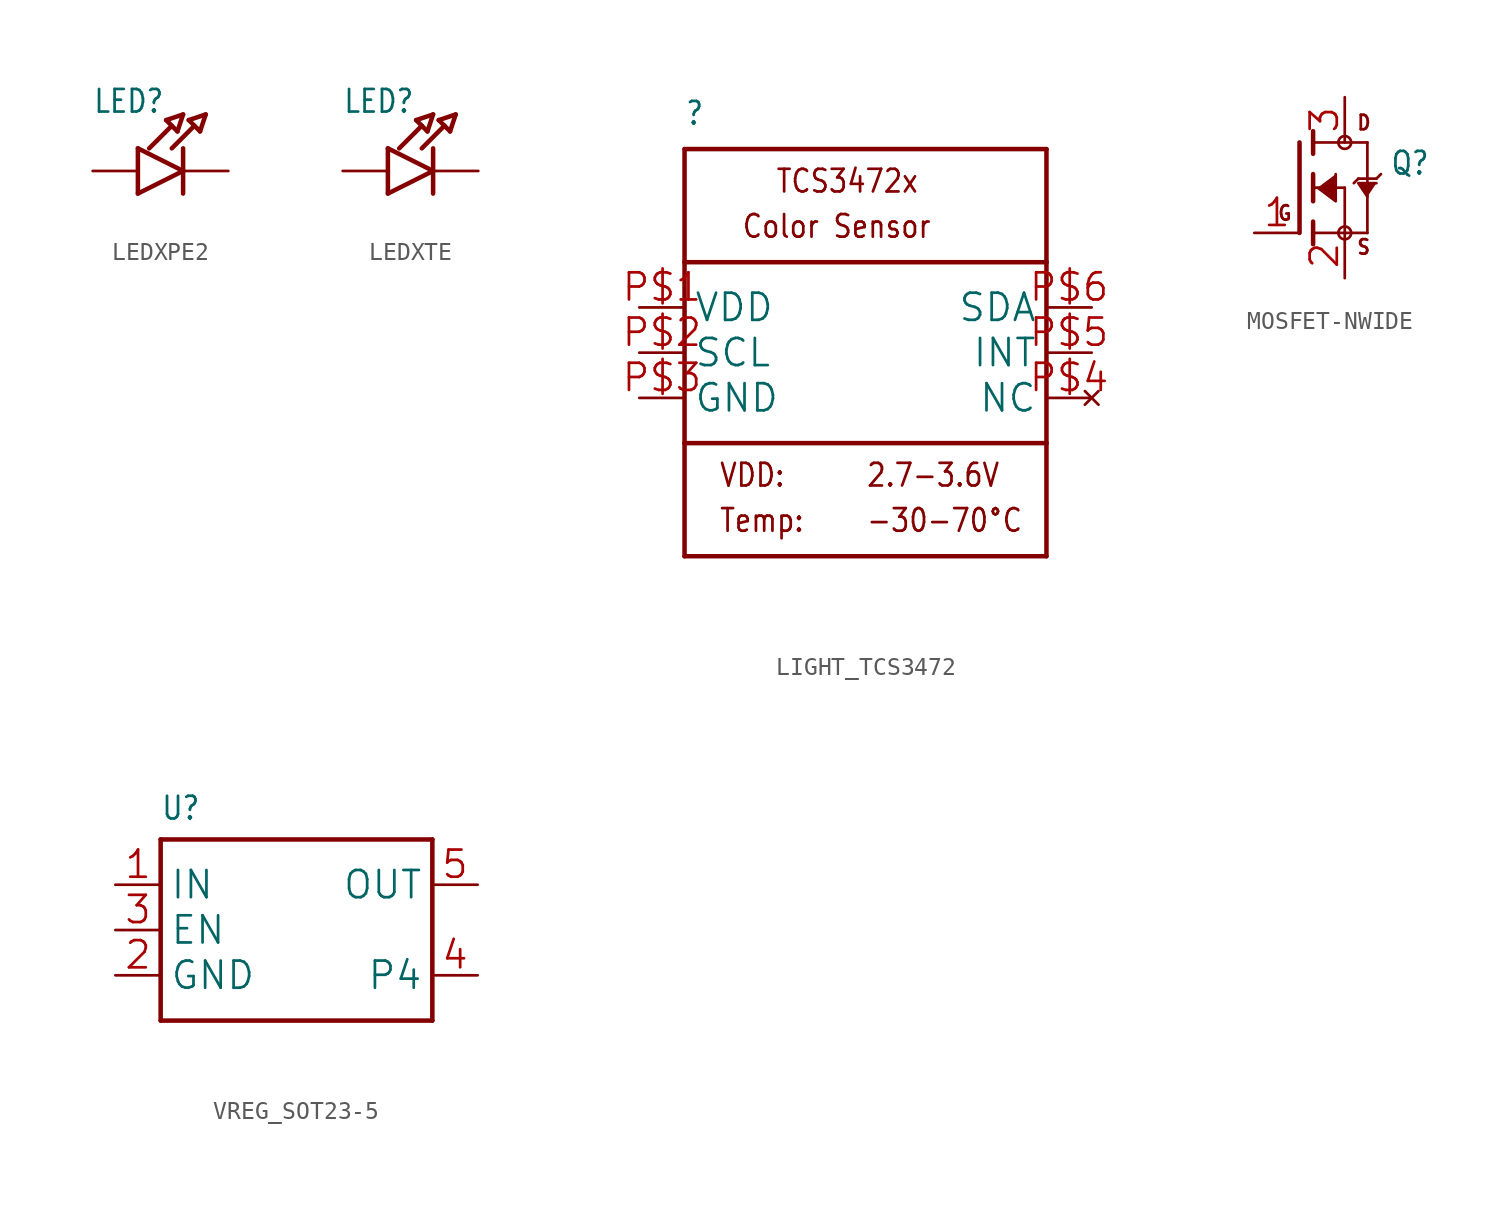
<source format=kicad_sym>
(kicad_symbol_lib
  (version 20241209)
  (generator "kicad_symbol_editor")
  (generator_version "9.0")
  (symbol "LEDXPE2"
    (property "Reference" "LED"
      (at -5.08 3.175 0)
      (effects (font (size 1.27 1.079)) (justify left bottom)))
    (property "Value" ""
      (at -5.08 -2.794 0)
      (effects (font (size 1.27 1.079)) (justify left bottom)))
    (property "ki_locked" ""
      (at 0 0 0)
      (effects (font (size 1.27 1.27))))
    (symbol "LEDXPE2_1_0"
      (polyline (pts (xy -2.54 1.27) (xy -2.54 -1.27)) (stroke (width 0.254) (type solid)) (fill (type none)))
      (polyline (pts (xy -2.54 -1.27) (xy 0 0)) (stroke (width 0.254) (type solid)) (fill (type none)))
      (polyline (pts (xy -1.905 1.27) (xy -0.635 2.54)) (stroke (width 0.254) (type solid)) (fill (type none)))
      (polyline (pts (xy -0.953 2.857) (xy -0.318 2.223)) (stroke (width 0.254) (type solid)) (fill (type none)))
      (polyline (pts (xy -0.635 1.27) (xy 0.635 2.54)) (stroke (width 0.254) (type solid)) (fill (type none)))
      (polyline (pts (xy -0.318 2.223) (xy 0 3.175)) (stroke (width 0.254) (type solid)) (fill (type none)))
      (polyline (pts (xy 0 3.175) (xy -0.953 2.857)) (stroke (width 0.254) (type solid)) (fill (type none)))
      (polyline (pts (xy 0 1.27) (xy 0 0)) (stroke (width 0.254) (type solid)) (fill (type none)))
      (polyline (pts (xy 0 0) (xy -2.54 1.27)) (stroke (width 0.254) (type solid)) (fill (type none)))
      (polyline (pts (xy 0 0) (xy 0 -1.27)) (stroke (width 0.254) (type solid)) (fill (type none)))
      (polyline (pts (xy 0.318 2.857) (xy 0.953 2.223)) (stroke (width 0.254) (type solid)) (fill (type none)))
      (polyline (pts (xy 0.953 2.223) (xy 1.27 3.175)) (stroke (width 0.254) (type solid)) (fill (type none)))
      (polyline (pts (xy 1.27 3.175) (xy 0.318 2.857)) (stroke (width 0.254) (type solid)) (fill (type none)))
      (pin passive line (at -5.08 0 0) (length 2.54) (name "A" (effects (font (size 0 0)))) (number "ANODE" (effects (font (size 0 0)))))
      (pin passive line (at 2.54 0 180) (length 2.54) (name "C" (effects (font (size 0 0)))) (number "CATHODE" (effects (font (size 0 0)))))))
  (symbol "LEDXTE"
    (property "Reference" "LED"
      (at -5.08 3.175 0)
      (effects (font (size 1.27 1.079)) (justify left bottom)))
    (property "Value" ""
      (at -5.08 -2.794 0)
      (effects (font (size 1.27 1.079)) (justify left bottom)))
    (property "ki_locked" ""
      (at 0 0 0)
      (effects (font (size 1.27 1.27))))
    (symbol "LEDXTE_1_0"
      (polyline (pts (xy -2.54 1.27) (xy -2.54 -1.27)) (stroke (width 0.254) (type solid)) (fill (type none)))
      (polyline (pts (xy -2.54 -1.27) (xy 0 0)) (stroke (width 0.254) (type solid)) (fill (type none)))
      (polyline (pts (xy -1.905 1.27) (xy -0.635 2.54)) (stroke (width 0.254) (type solid)) (fill (type none)))
      (polyline (pts (xy -0.953 2.857) (xy -0.318 2.223)) (stroke (width 0.254) (type solid)) (fill (type none)))
      (polyline (pts (xy -0.635 1.27) (xy 0.635 2.54)) (stroke (width 0.254) (type solid)) (fill (type none)))
      (polyline (pts (xy -0.318 2.223) (xy 0 3.175)) (stroke (width 0.254) (type solid)) (fill (type none)))
      (polyline (pts (xy 0 3.175) (xy -0.953 2.857)) (stroke (width 0.254) (type solid)) (fill (type none)))
      (polyline (pts (xy 0 1.27) (xy 0 0)) (stroke (width 0.254) (type solid)) (fill (type none)))
      (polyline (pts (xy 0 0) (xy -2.54 1.27)) (stroke (width 0.254) (type solid)) (fill (type none)))
      (polyline (pts (xy 0 0) (xy 0 -1.27)) (stroke (width 0.254) (type solid)) (fill (type none)))
      (polyline (pts (xy 0.318 2.857) (xy 0.953 2.223)) (stroke (width 0.254) (type solid)) (fill (type none)))
      (polyline (pts (xy 0.953 2.223) (xy 1.27 3.175)) (stroke (width 0.254) (type solid)) (fill (type none)))
      (polyline (pts (xy 1.27 3.175) (xy 0.318 2.857)) (stroke (width 0.254) (type solid)) (fill (type none)))
      (pin passive line (at -5.08 0 0) (length 2.54) (name "A" (effects (font (size 0 0)))) (number "ANODE" (effects (font (size 0 0)))))
      (pin passive line (at 2.54 0 180) (length 2.54) (name "C" (effects (font (size 0 0)))) (number "CATHODE" (effects (font (size 0 0)))))))
  (symbol "LIGHT_TCS3472"
    (property "Reference" ""
      (at -10.16 12.7 0)
      (effects (font (size 1.27 1.079)) (justify left bottom)))
    (property "Value" ""
      (at -10.16 -13.97 0)
      (effects (font (size 1.27 1.079)) (justify left bottom)))
    (property "ki_locked" ""
      (at 0 0 0)
      (effects (font (size 1.27 1.27))))
    (symbol "LIGHT_TCS3472_1_0"
      (polyline (pts (xy -10.16 11.43) (xy 10.16 11.43)) (stroke (width 0.254) (type solid)) (fill (type none)))
      (polyline (pts (xy -10.16 5.08) (xy -10.16 11.43)) (stroke (width 0.254) (type solid)) (fill (type none)))
      (polyline (pts (xy -10.16 5.08) (xy 10.16 5.08)) (stroke (width 0.254) (type solid)) (fill (type none)))
      (polyline (pts (xy -10.16 -5.08) (xy -10.16 5.08)) (stroke (width 0.254) (type solid)) (fill (type none)))
      (polyline (pts (xy -10.16 -5.08) (xy -10.16 -11.43)) (stroke (width 0.254) (type solid)) (fill (type none)))
      (polyline (pts (xy -10.16 -11.43) (xy 10.16 -11.43)) (stroke (width 0.254) (type solid)) (fill (type none)))
      (polyline (pts (xy 10.16 11.43) (xy 10.16 5.08)) (stroke (width 0.254) (type solid)) (fill (type none)))
      (polyline (pts (xy 10.16 5.08) (xy 10.16 -5.08)) (stroke (width 0.254) (type solid)) (fill (type none)))
      (polyline (pts (xy 10.16 -5.08) (xy -10.16 -5.08)) (stroke (width 0.254) (type solid)) (fill (type none)))
      (polyline (pts (xy 10.16 -11.43) (xy 10.16 -5.08)) (stroke (width 0.254) (type solid)) (fill (type none)))
      (text "VDD:" (at -8.255 -7.62 0) (effects (font (size 1.27 1.079)) (justify left bottom)))
      (text "Temp:" (at -8.255 -10.16 0) (effects (font (size 1.27 1.079)) (justify left bottom)))
      (text "Color Sensor" (at -6.985 6.35 0) (effects (font (size 1.27 1.079)) (justify left bottom)))
      (text "TCS3472x" (at -5.08 8.89 0) (effects (font (size 1.27 1.079)) (justify left bottom)))
      (text "2.7-3.6V" (at 0 -7.62 0) (effects (font (size 1.27 1.079)) (justify left bottom)))
      (text "-30-70°C" (at 0 -10.16 0) (effects (font (size 1.27 1.079)) (justify left bottom)))
      (pin power_in line (at -12.7 2.54 0) (length 2.54) (name "VDD" (effects (font (size 1.524 1.524)))) (number "P$1" (effects (font (size 1.524 1.524)))))
      (pin bidirectional line (at -12.7 0 0) (length 2.54) (name "SCL" (effects (font (size 1.524 1.524)))) (number "P$2" (effects (font (size 1.524 1.524)))))
      (pin power_in line (at -12.7 -2.54 0) (length 2.54) (name "GND" (effects (font (size 1.524 1.524)))) (number "P$3" (effects (font (size 1.524 1.524)))))
      (pin bidirectional line (at 12.7 2.54 180) (length 2.54) (name "SDA" (effects (font (size 1.524 1.524)))) (number "P$6" (effects (font (size 1.524 1.524)))))
      (pin output line (at 12.7 0 180) (length 2.54) (name "INT" (effects (font (size 1.524 1.524)))) (number "P$5" (effects (font (size 1.524 1.524)))))
      (pin no_connect line (at 12.7 -2.54 180) (length 2.54) (name "NC" (effects (font (size 1.524 1.524)))) (number "P$4" (effects (font (size 1.524 1.524)))))))
  (symbol "MOSFET-NWIDE"
    (property "Reference" "Q"
      (at 5.08 0.635 0)
      (effects (font (size 1.27 1.079)) (justify left bottom)))
    (property "Value" ""
      (at 5.08 -1.27 0)
      (effects (font (size 1.27 1.079)) (justify left bottom)))
    (property "ki_locked" ""
      (at 0 0 0)
      (effects (font (size 1.27 1.27))))
    (symbol "MOSFET-NWIDE_1_0"
      (polyline (pts (xy 0 2.54) (xy 0 -2.54)) (stroke (width 0.254) (type solid)) (fill (type none)))
      (polyline (pts (xy 0.762 3.175) (xy 0.762 2.54)) (stroke (width 0.254) (type solid)) (fill (type none)))
      (polyline (pts (xy 0.762 2.54) (xy 0.762 1.905)) (stroke (width 0.254) (type solid)) (fill (type none)))
      (polyline (pts (xy 0.762 2.54) (xy 3.81 2.54)) (stroke (width 0.152) (type solid)) (fill (type none)))
      (polyline (pts (xy 0.762 0.762) (xy 0.762 0)) (stroke (width 0.254) (type solid)) (fill (type none)))
      (polyline (pts (xy 0.762 0) (xy 0.762 -0.762)) (stroke (width 0.254) (type solid)) (fill (type none)))
      (polyline (pts (xy 0.762 0) (xy 2.54 0)) (stroke (width 0.152) (type solid)) (fill (type none)))
      (polyline (pts (xy 0.762 -1.905) (xy 0.762 -2.54)) (stroke (width 0.254) (type solid)) (fill (type none)))
      (polyline (pts (xy 0.762 -2.54) (xy 0.762 -3.175)) (stroke (width 0.254) (type solid)) (fill (type none)))
      (polyline (pts (xy 1.016 0) (xy 2.032 -0.762) (xy 2.032 0.762)) (stroke (width 0.152) (type solid)) (fill (type outline)))
      (circle (center 2.54 2.54) (radius 0.359) (stroke (width 0) (type solid)) (fill (type none)))
      (polyline (pts (xy 2.54 0) (xy 2.54 -2.54)) (stroke (width 0.152) (type solid)) (fill (type none)))
      (polyline (pts (xy 2.54 -2.54) (xy 0.762 -2.54)) (stroke (width 0.152) (type solid)) (fill (type none)))
      (polyline (pts (xy 2.54 -2.54) (xy 3.81 -2.54)) (stroke (width 0.152) (type solid)) (fill (type none)))
      (circle (center 2.54 -2.54) (radius 0.359) (stroke (width 0) (type solid)) (fill (type none)))
      (polyline (pts (xy 3.302 0.508) (xy 3.048 0.254)) (stroke (width 0.152) (type solid)) (fill (type none)))
      (polyline (pts (xy 3.81 2.54) (xy 3.81 0.508)) (stroke (width 0.152) (type solid)) (fill (type none)))
      (polyline (pts (xy 3.81 0.508) (xy 3.302 0.508)) (stroke (width 0.152) (type solid)) (fill (type none)))
      (polyline (pts (xy 3.81 0.508) (xy 3.81 -2.54)) (stroke (width 0.152) (type solid)) (fill (type none)))
      (polyline (pts (xy 3.81 -0.508) (xy 3.302 0.254) (xy 4.318 0.254)) (stroke (width 0.152) (type solid)) (fill (type outline)))
      (polyline (pts (xy 4.318 0.508) (xy 3.81 0.508)) (stroke (width 0.152) (type solid)) (fill (type none)))
      (polyline (pts (xy 4.572 0.762) (xy 4.318 0.508)) (stroke (width 0.152) (type solid)) (fill (type none)))
      (text "G" (at -1.27 -1.905 0) (effects (font (size 0.813 0.691)) (justify left bottom)))
      (text "D" (at 3.175 3.175 0) (effects (font (size 0.813 0.691)) (justify left bottom)))
      (text "S" (at 3.175 -3.81 0) (effects (font (size 0.813 0.691)) (justify left bottom)))
      (pin bidirectional line (at -2.54 -2.54 0) (length 2.54) (name "G" (effects (font (size 0 0)))) (number "1" (effects (font (size 1.524 1.524)))))
      (pin bidirectional line (at 2.54 5.08 270) (length 2.54) (name "D" (effects (font (size 0 0)))) (number "3" (effects (font (size 1.524 1.524)))))
      (pin bidirectional line (at 2.54 -5.08 90) (length 2.54) (name "S" (effects (font (size 0 0)))) (number "2" (effects (font (size 1.524 1.524)))))))
  (symbol "VREG_SOT23-5"
    (property "Reference" "U"
      (at -7.62 6.096 0)
      (effects (font (size 1.27 1.079)) (justify left bottom)))
    (property "Value" ""
      (at -7.62 -7.62 0)
      (effects (font (size 1.27 1.079)) (justify left bottom)))
    (property "ki_locked" ""
      (at 0 0 0)
      (effects (font (size 1.27 1.27))))
    (symbol "VREG_SOT23-5_1_0"
      (polyline (pts (xy -7.62 5.08) (xy 7.62 5.08)) (stroke (width 0.254) (type solid)) (fill (type none)))
      (polyline (pts (xy -7.62 -5.08) (xy -7.62 5.08)) (stroke (width 0.254) (type solid)) (fill (type none)))
      (polyline (pts (xy 7.62 5.08) (xy 7.62 -5.08)) (stroke (width 0.254) (type solid)) (fill (type none)))
      (polyline (pts (xy 7.62 -5.08) (xy -7.62 -5.08)) (stroke (width 0.254) (type solid)) (fill (type none)))
      (pin bidirectional line (at -10.16 2.54 0) (length 2.54) (name "IN" (effects (font (size 1.524 1.524)))) (number "1" (effects (font (size 1.524 1.524)))))
      (pin bidirectional line (at -10.16 0 0) (length 2.54) (name "EN" (effects (font (size 1.524 1.524)))) (number "3" (effects (font (size 1.524 1.524)))))
      (pin bidirectional line (at -10.16 -2.54 0) (length 2.54) (name "GND" (effects (font (size 1.524 1.524)))) (number "2" (effects (font (size 1.524 1.524)))))
      (pin bidirectional line (at 10.16 2.54 180) (length 2.54) (name "OUT" (effects (font (size 1.524 1.524)))) (number "5" (effects (font (size 1.524 1.524)))))
      (pin bidirectional line (at 10.16 -2.54 180) (length 2.54) (name "P4" (effects (font (size 1.524 1.524)))) (number "4" (effects (font (size 1.524 1.524))))))))
</source>
